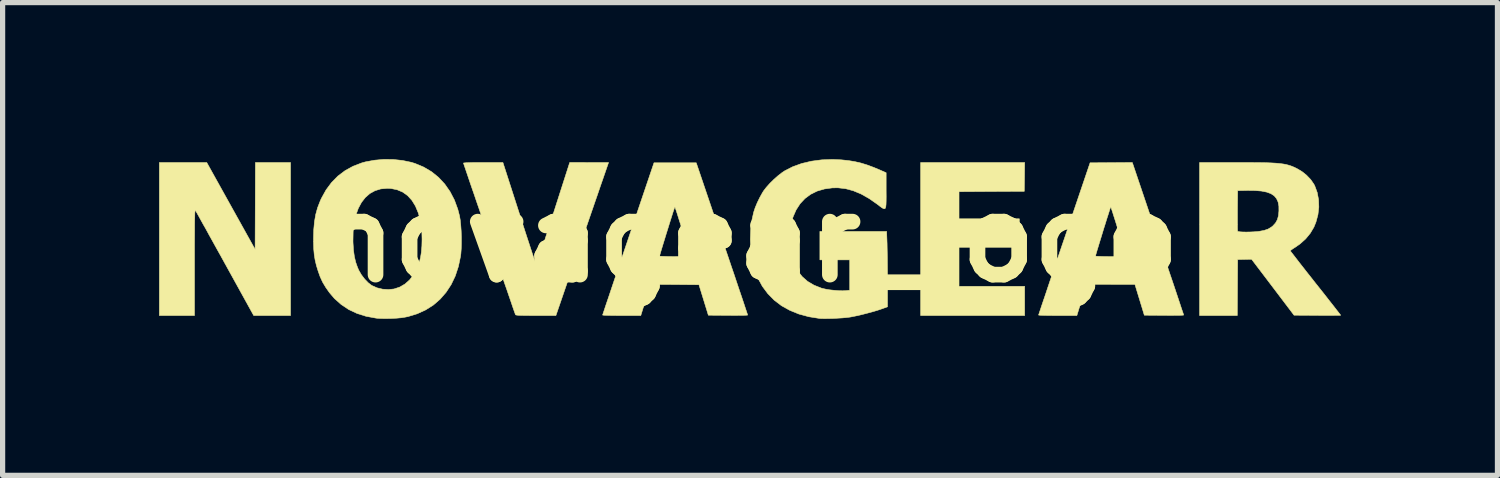
<source format=kicad_pcb>
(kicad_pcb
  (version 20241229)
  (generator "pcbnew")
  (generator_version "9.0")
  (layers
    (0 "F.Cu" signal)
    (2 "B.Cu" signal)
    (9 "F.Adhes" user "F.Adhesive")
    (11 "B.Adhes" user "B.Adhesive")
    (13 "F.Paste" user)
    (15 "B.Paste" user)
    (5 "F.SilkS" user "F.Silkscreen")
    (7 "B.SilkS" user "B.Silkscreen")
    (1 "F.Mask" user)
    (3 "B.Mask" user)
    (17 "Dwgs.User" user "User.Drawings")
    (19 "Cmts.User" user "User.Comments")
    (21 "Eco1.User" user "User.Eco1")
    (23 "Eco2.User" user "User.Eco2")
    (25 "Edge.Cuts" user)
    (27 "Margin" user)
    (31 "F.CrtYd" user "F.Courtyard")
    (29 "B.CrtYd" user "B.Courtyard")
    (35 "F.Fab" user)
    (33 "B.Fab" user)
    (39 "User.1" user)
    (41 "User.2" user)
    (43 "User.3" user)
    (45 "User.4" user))
  (footprint "novagear_logo"
    (layer "F.Cu")
    (at 11.333 1.525)
    (property "Reference" "novagear_logo" (at 0 0 0) (layer "F.SilkS") (effects (font (size 1.524 1.524) (thickness 0.3))))
    (attr through_hole)
    (fp_poly (pts (xy 5.255 -1.184) (xy 5.251 -0.908) (xy 4.626 -0.905) (xy 4 -0.901) (xy 4 -0.381) (xy 5.156 -0.381) (xy 5.156 0.165) (xy 4 0.165) (xy 4 0.914) (xy 5.258 0.914) (xy 5.258 1.473) (xy 3.264 1.473) (xy 3.264 -1.46) (xy 5.258 -1.46) (xy 5.255 -1.184)) (stroke (width 0.01) (type solid)) (fill yes) (layer "F.SilkS"))
    (fp_poly (pts (xy -8.814 1.473) (xy -9.52 1.473) (xy -10.072 0.474) (xy -10.153 0.327) (xy -10.232 0.186) (xy -10.306 0.052) (xy -10.375 -0.072) (xy -10.437 -0.186) (xy -10.494 -0.286) (xy -10.542 -0.373) (xy -10.581 -0.444) (xy -10.611 -0.497) (xy -10.631 -0.531) (xy -10.639 -0.545) (xy -10.642 -0.544) (xy -10.644 -0.532) (xy -10.647 -0.507) (xy -10.649 -0.469) (xy -10.65 -0.416) (xy -10.652 -0.346) (xy -10.653 -0.259) (xy -10.653 -0.153) (xy -10.654 -0.027) (xy -10.655 0.122) (xy -10.655 0.293) (xy -10.655 0.454) (xy -10.655 1.473) (xy -11.328 1.473) (xy -11.328 -1.46) (xy -10.42 -1.46) (xy -9.957 -0.628) (xy -9.493 0.205) (xy -9.49 -0.628) (xy -9.487 -1.46) (xy -8.814 -1.46) (xy -8.814 1.473)) (stroke (width 0.01) (type solid)) (fill yes) (layer "F.SilkS"))
    (fp_poly (pts (xy -3.09 -1.46) (xy -2.718 -1.46) (xy -2.813 -1.184) (xy -2.831 -1.132) (xy -2.857 -1.058) (xy -2.889 -0.965) (xy -2.927 -0.853) (xy -2.971 -0.727) (xy -3.019 -0.587) (xy -3.071 -0.436) (xy -3.126 -0.276) (xy -3.183 -0.109) (xy -3.242 0.062) (xy -3.302 0.236) (xy -3.318 0.282) (xy -3.727 1.473) (xy -4.112 1.473) (xy -4.227 1.473) (xy -4.318 1.472) (xy -4.389 1.471) (xy -4.44 1.469) (xy -4.475 1.466) (xy -4.495 1.462) (xy -4.502 1.457) (xy -4.515 1.421) (xy -4.535 1.365) (xy -4.561 1.29) (xy -4.592 1.198) (xy -4.629 1.091) (xy -4.67 0.971) (xy -4.716 0.84) (xy -4.764 0.699) (xy -4.815 0.55) (xy -4.868 0.395) (xy -4.923 0.236) (xy -4.979 0.074) (xy -5.034 -0.088) (xy -5.09 -0.249) (xy -5.144 -0.408) (xy -5.196 -0.562) (xy -5.247 -0.709) (xy -5.294 -0.848) (xy -5.339 -0.977) (xy -5.379 -1.094) (xy -5.414 -1.198) (xy -5.444 -1.286) (xy -5.468 -1.357) (xy -5.486 -1.409) (xy -5.496 -1.441) (xy -5.499 -1.45) (xy -5.487 -1.452) (xy -5.452 -1.455) (xy -5.399 -1.457) (xy -5.329 -1.459) (xy -5.247 -1.46) (xy -5.154 -1.46) (xy -5.121 -1.46) (xy -4.743 -1.46) (xy -4.426 -0.476) (xy -4.378 -0.324) (xy -4.331 -0.179) (xy -4.287 -0.044) (xy -4.246 0.081) (xy -4.209 0.194) (xy -4.177 0.292) (xy -4.149 0.374) (xy -4.128 0.438) (xy -4.112 0.482) (xy -4.104 0.505) (xy -4.102 0.508) (xy -4.097 0.496) (xy -4.085 0.462) (xy -4.067 0.407) (xy -4.042 0.334) (xy -4.012 0.243) (xy -3.977 0.137) (xy -3.938 0.018) (xy -3.896 -0.113) (xy -3.85 -0.254) (xy -3.802 -0.402) (xy -3.778 -0.476) (xy -3.462 -1.461) (xy -3.09 -1.46)) (stroke (width 0.01) (type solid)) (fill yes) (layer "F.SilkS"))
    (fp_poly (pts (xy -0.544 0) (xy -0.482 0.185) (xy -0.421 0.364) (xy -0.364 0.534) (xy -0.309 0.694) (xy -0.259 0.844) (xy -0.213 0.981) (xy -0.171 1.104) (xy -0.135 1.211) (xy -0.105 1.302) (xy -0.081 1.374) (xy -0.064 1.425) (xy -0.054 1.456) (xy -0.051 1.464) (xy -0.063 1.466) (xy -0.098 1.468) (xy -0.151 1.47) (xy -0.221 1.47) (xy -0.303 1.471) (xy -0.396 1.47) (xy -0.428 1.47) (xy -0.805 1.467) (xy -0.895 1.175) (xy -0.985 0.883) (xy -1.451 0.879) (xy -1.916 0.876) (xy -1.96 1.019) (xy -1.983 1.093) (xy -2.009 1.178) (xy -2.036 1.264) (xy -2.052 1.318) (xy -2.1 1.473) (xy -2.466 1.473) (xy -2.559 1.473) (xy -2.644 1.472) (xy -2.717 1.471) (xy -2.774 1.469) (xy -2.813 1.467) (xy -2.831 1.464) (xy -2.832 1.464) (xy -2.828 1.451) (xy -2.816 1.415) (xy -2.797 1.358) (xy -2.772 1.282) (xy -2.74 1.188) (xy -2.702 1.076) (xy -2.66 0.95) (xy -2.613 0.81) (xy -2.561 0.658) (xy -2.506 0.495) (xy -2.452 0.333) (xy -1.74 0.333) (xy -1.728 0.336) (xy -1.694 0.338) (xy -1.642 0.34) (xy -1.575 0.342) (xy -1.496 0.343) (xy -1.448 0.343) (xy -1.339 0.342) (xy -1.255 0.341) (xy -1.197 0.338) (xy -1.164 0.334) (xy -1.156 0.33) (xy -1.159 0.313) (xy -1.169 0.277) (xy -1.185 0.223) (xy -1.205 0.155) (xy -1.229 0.076) (xy -1.256 -0.011) (xy -1.284 -0.102) (xy -1.312 -0.194) (xy -1.341 -0.285) (xy -1.368 -0.37) (xy -1.392 -0.447) (xy -1.413 -0.513) (xy -1.43 -0.564) (xy -1.442 -0.597) (xy -1.447 -0.61) (xy -1.447 -0.61) (xy -1.452 -0.598) (xy -1.463 -0.565) (xy -1.48 -0.515) (xy -1.501 -0.449) (xy -1.525 -0.372) (xy -1.552 -0.287) (xy -1.58 -0.196) (xy -1.609 -0.104) (xy -1.637 -0.012) (xy -1.664 0.075) (xy -1.688 0.154) (xy -1.709 0.223) (xy -1.725 0.278) (xy -1.736 0.316) (xy -1.74 0.333) (xy -1.74 0.333) (xy -2.452 0.333) (xy -2.448 0.322) (xy -2.387 0.142) (xy -2.339 0) (xy -1.847 -1.454) (xy -1.037 -1.454) (xy -0.544 0)) (stroke (width 0.01) (type solid)) (fill yes) (layer "F.SilkS"))
    (fp_poly (pts (xy 7.814 -0.003) (xy 7.876 0.182) (xy 7.937 0.361) (xy 7.994 0.531) (xy 8.048 0.692) (xy 8.099 0.842) (xy 8.145 0.979) (xy 8.186 1.102) (xy 8.222 1.21) (xy 8.252 1.301) (xy 8.276 1.373) (xy 8.294 1.425) (xy 8.304 1.456) (xy 8.306 1.464) (xy 8.294 1.466) (xy 8.259 1.468) (xy 8.206 1.47) (xy 8.136 1.47) (xy 8.053 1.471) (xy 7.961 1.47) (xy 7.929 1.47) (xy 7.552 1.467) (xy 7.372 0.877) (xy 6.908 0.876) (xy 6.443 0.876) (xy 6.391 1.045) (xy 6.368 1.121) (xy 6.342 1.204) (xy 6.318 1.283) (xy 6.299 1.343) (xy 6.259 1.473) (xy 5.892 1.473) (xy 5.798 1.473) (xy 5.713 1.472) (xy 5.641 1.471) (xy 5.583 1.469) (xy 5.544 1.467) (xy 5.526 1.464) (xy 5.525 1.464) (xy 5.529 1.451) (xy 5.541 1.415) (xy 5.56 1.358) (xy 5.585 1.282) (xy 5.617 1.188) (xy 5.655 1.077) (xy 5.697 0.95) (xy 5.744 0.81) (xy 5.796 0.658) (xy 5.851 0.495) (xy 5.906 0.333) (xy 6.616 0.333) (xy 6.628 0.336) (xy 6.663 0.338) (xy 6.715 0.34) (xy 6.782 0.342) (xy 6.86 0.343) (xy 6.909 0.343) (xy 6.992 0.343) (xy 7.066 0.341) (xy 7.127 0.34) (xy 7.172 0.338) (xy 7.197 0.335) (xy 7.201 0.333) (xy 7.198 0.318) (xy 7.187 0.282) (xy 7.172 0.229) (xy 7.151 0.161) (xy 7.128 0.083) (xy 7.101 -0.004) (xy 7.073 -0.095) (xy 7.044 -0.187) (xy 7.016 -0.278) (xy 6.989 -0.364) (xy 6.964 -0.442) (xy 6.943 -0.509) (xy 6.926 -0.561) (xy 6.914 -0.596) (xy 6.909 -0.609) (xy 6.908 -0.61) (xy 6.904 -0.598) (xy 6.892 -0.565) (xy 6.876 -0.515) (xy 6.855 -0.449) (xy 6.83 -0.372) (xy 6.804 -0.287) (xy 6.775 -0.196) (xy 6.747 -0.104) (xy 6.719 -0.012) (xy 6.692 0.075) (xy 6.668 0.154) (xy 6.647 0.223) (xy 6.631 0.278) (xy 6.62 0.315) (xy 6.616 0.333) (xy 6.616 0.333) (xy 5.906 0.333) (xy 5.909 0.323) (xy 5.97 0.143) (xy 6.019 0) (xy 6.512 -1.454) (xy 7.322 -1.46) (xy 7.814 -0.003)) (stroke (width 0.01) (type solid)) (fill yes) (layer "F.SilkS"))
    (fp_poly (pts (xy 9.3 -1.46) (xy 9.48 -1.46) (xy 9.636 -1.459) (xy 9.772 -1.458) (xy 9.889 -1.456) (xy 9.989 -1.452) (xy 10.075 -1.447) (xy 10.149 -1.44) (xy 10.212 -1.432) (xy 10.268 -1.422) (xy 10.317 -1.409) (xy 10.364 -1.394) (xy 10.409 -1.376) (xy 10.454 -1.355) (xy 10.477 -1.344) (xy 10.573 -1.287) (xy 10.663 -1.215) (xy 10.742 -1.132) (xy 10.802 -1.045) (xy 10.819 -1.013) (xy 10.866 -0.885) (xy 10.892 -0.747) (xy 10.897 -0.604) (xy 10.88 -0.46) (xy 10.842 -0.318) (xy 10.802 -0.22) (xy 10.733 -0.104) (xy 10.644 0.004) (xy 10.537 0.1) (xy 10.453 0.159) (xy 10.409 0.187) (xy 10.374 0.211) (xy 10.354 0.228) (xy 10.351 0.232) (xy 10.358 0.244) (xy 10.38 0.273) (xy 10.416 0.319) (xy 10.463 0.38) (xy 10.52 0.454) (xy 10.586 0.538) (xy 10.66 0.633) (xy 10.741 0.735) (xy 10.826 0.843) (xy 10.833 0.852) (xy 10.919 0.96) (xy 11 1.062) (xy 11.074 1.157) (xy 11.141 1.242) (xy 11.199 1.316) (xy 11.247 1.378) (xy 11.283 1.424) (xy 11.307 1.455) (xy 11.316 1.467) (xy 11.316 1.467) (xy 11.303 1.469) (xy 11.269 1.47) (xy 11.214 1.47) (xy 11.143 1.471) (xy 11.058 1.471) (xy 10.962 1.471) (xy 10.869 1.47) (xy 10.422 1.467) (xy 10.015 0.93) (xy 9.608 0.394) (xy 9.341 0.4) (xy 9.334 1.473) (xy 8.611 1.473) (xy 8.611 -0.355) (xy 9.337 -0.355) (xy 9.337 -0.278) (xy 9.337 -0.215) (xy 9.338 -0.17) (xy 9.34 -0.146) (xy 9.34 -0.143) (xy 9.355 -0.136) (xy 9.391 -0.131) (xy 9.442 -0.128) (xy 9.505 -0.127) (xy 9.574 -0.128) (xy 9.645 -0.131) (xy 9.714 -0.136) (xy 9.751 -0.14) (xy 9.847 -0.158) (xy 9.924 -0.184) (xy 9.989 -0.223) (xy 10.017 -0.246) (xy 10.067 -0.301) (xy 10.102 -0.364) (xy 10.123 -0.44) (xy 10.132 -0.531) (xy 10.131 -0.624) (xy 10.116 -0.703) (xy 10.086 -0.769) (xy 10.041 -0.822) (xy 9.979 -0.863) (xy 9.897 -0.893) (xy 9.796 -0.913) (xy 9.674 -0.923) (xy 9.529 -0.925) (xy 9.493 -0.924) (xy 9.341 -0.921) (xy 9.337 -0.54) (xy 9.337 -0.444) (xy 9.337 -0.355) (xy 8.611 -0.355) (xy 8.611 -1.46) (xy 9.3 -1.46)) (stroke (width 0.01) (type solid)) (fill yes) (layer "F.SilkS"))
    (fp_poly (pts (xy -6.844 -1.518) (xy -6.667 -1.499) (xy -6.5 -1.464) (xy -6.428 -1.442) (xy -6.263 -1.373) (xy -6.112 -1.284) (xy -5.977 -1.175) (xy -5.858 -1.047) (xy -5.757 -0.903) (xy -5.673 -0.742) (xy -5.608 -0.565) (xy -5.575 -0.438) (xy -5.561 -0.358) (xy -5.551 -0.259) (xy -5.543 -0.147) (xy -5.539 -0.03) (xy -5.539 0.086) (xy -5.542 0.195) (xy -5.549 0.29) (xy -5.555 0.337) (xy -5.596 0.533) (xy -5.656 0.715) (xy -5.735 0.88) (xy -5.832 1.028) (xy -5.946 1.159) (xy -6.076 1.272) (xy -6.223 1.365) (xy -6.385 1.439) (xy -6.561 1.493) (xy -6.622 1.505) (xy -6.692 1.516) (xy -6.78 1.524) (xy -6.878 1.529) (xy -6.977 1.531) (xy -7.071 1.53) (xy -7.15 1.526) (xy -7.175 1.523) (xy -7.365 1.488) (xy -7.54 1.433) (xy -7.699 1.358) (xy -7.843 1.262) (xy -7.972 1.147) (xy -8.067 1.036) (xy -8.14 0.932) (xy -8.199 0.833) (xy -8.247 0.728) (xy -8.285 0.621) (xy -8.318 0.514) (xy -8.342 0.413) (xy -8.359 0.311) (xy -8.369 0.201) (xy -8.373 0.077) (xy -8.373 0.05) (xy -7.617 0.05) (xy -7.616 0.083) (xy -7.607 0.223) (xy -7.59 0.344) (xy -7.565 0.451) (xy -7.53 0.55) (xy -7.506 0.605) (xy -7.456 0.692) (xy -7.394 0.773) (xy -7.327 0.843) (xy -7.259 0.896) (xy -7.253 0.899) (xy -7.157 0.942) (xy -7.049 0.968) (xy -6.937 0.975) (xy -6.83 0.964) (xy -6.721 0.928) (xy -6.621 0.87) (xy -6.532 0.791) (xy -6.455 0.693) (xy -6.392 0.577) (xy -6.343 0.445) (xy -6.322 0.362) (xy -6.306 0.259) (xy -6.296 0.14) (xy -6.293 0.012) (xy -6.296 -0.116) (xy -6.306 -0.236) (xy -6.323 -0.339) (xy -6.323 -0.342) (xy -6.365 -0.494) (xy -6.42 -0.626) (xy -6.488 -0.736) (xy -6.569 -0.825) (xy -6.664 -0.893) (xy -6.771 -0.938) (xy -6.89 -0.962) (xy -6.961 -0.965) (xy -7.083 -0.954) (xy -7.194 -0.92) (xy -7.293 -0.866) (xy -7.38 -0.79) (xy -7.454 -0.695) (xy -7.515 -0.581) (xy -7.563 -0.448) (xy -7.596 -0.299) (xy -7.614 -0.132) (xy -7.617 0.05) (xy -8.373 0.05) (xy -8.374 0) (xy -8.369 -0.172) (xy -8.355 -0.325) (xy -8.331 -0.464) (xy -8.295 -0.594) (xy -8.246 -0.72) (xy -8.224 -0.77) (xy -8.134 -0.933) (xy -8.028 -1.076) (xy -7.905 -1.201) (xy -7.767 -1.305) (xy -7.614 -1.389) (xy -7.447 -1.453) (xy -7.378 -1.472) (xy -7.205 -1.504) (xy -7.025 -1.52) (xy -6.844 -1.518)) (stroke (width 0.01) (type solid)) (fill yes) (layer "F.SilkS"))
    (fp_poly (pts (xy 1.746 -1.511) (xy 1.879 -1.497) (xy 2.001 -1.477) (xy 2.119 -1.45) (xy 2.239 -1.413) (xy 2.368 -1.365) (xy 2.48 -1.318) (xy 2.603 -1.264) (xy 2.603 -0.918) (xy 2.604 -0.807) (xy 2.603 -0.721) (xy 2.601 -0.656) (xy 2.596 -0.61) (xy 2.587 -0.583) (xy 2.572 -0.573) (xy 2.551 -0.577) (xy 2.522 -0.593) (xy 2.484 -0.621) (xy 2.436 -0.658) (xy 2.434 -0.66) (xy 2.276 -0.77) (xy 2.124 -0.856) (xy 1.975 -0.918) (xy 1.828 -0.958) (xy 1.682 -0.975) (xy 1.574 -0.974) (xy 1.42 -0.953) (xy 1.28 -0.912) (xy 1.155 -0.85) (xy 1.046 -0.769) (xy 0.953 -0.669) (xy 0.877 -0.551) (xy 0.818 -0.416) (xy 0.777 -0.263) (xy 0.756 -0.108) (xy 0.753 -0.027) (xy 0.757 0.068) (xy 0.765 0.169) (xy 0.778 0.266) (xy 0.794 0.349) (xy 0.795 0.354) (xy 0.842 0.495) (xy 0.908 0.619) (xy 0.993 0.727) (xy 1.096 0.818) (xy 1.219 0.891) (xy 1.359 0.947) (xy 1.384 0.954) (xy 1.446 0.968) (xy 1.523 0.981) (xy 1.609 0.99) (xy 1.694 0.997) (xy 1.77 0.999) (xy 1.83 0.996) (xy 1.832 0.996) (xy 1.905 0.988) (xy 1.905 0.406) (xy 1.333 0.406) (xy 1.333 -0.14) (xy 1.973 -0.14) (xy 2.612 -0.14) (xy 2.621 0.098) (xy 2.622 0.168) (xy 2.624 0.259) (xy 2.626 0.365) (xy 2.627 0.482) (xy 2.628 0.604) (xy 2.629 0.728) (xy 2.629 0.821) (xy 2.629 1.306) (xy 2.518 1.346) (xy 2.435 1.374) (xy 2.336 1.403) (xy 2.228 1.432) (xy 2.118 1.46) (xy 2.014 1.483) (xy 1.924 1.501) (xy 1.898 1.505) (xy 1.839 1.512) (xy 1.764 1.519) (xy 1.679 1.524) (xy 1.59 1.529) (xy 1.504 1.531) (xy 1.425 1.532) (xy 1.362 1.531) (xy 1.327 1.529) (xy 1.12 1.496) (xy 0.929 1.444) (xy 0.755 1.373) (xy 0.597 1.285) (xy 0.457 1.178) (xy 0.335 1.054) (xy 0.23 0.913) (xy 0.145 0.756) (xy 0.079 0.582) (xy 0.071 0.555) (xy 0.032 0.385) (xy 0.008 0.202) (xy -0.000152 0.013) (xy 0.007 -0.175) (xy 0.03 -0.356) (xy 0.064 -0.508) (xy 0.093 -0.595) (xy 0.134 -0.693) (xy 0.182 -0.791) (xy 0.232 -0.881) (xy 0.254 -0.916) (xy 0.306 -0.984) (xy 0.373 -1.059) (xy 0.45 -1.135) (xy 0.529 -1.205) (xy 0.606 -1.265) (xy 0.658 -1.3) (xy 0.813 -1.379) (xy 0.984 -1.441) (xy 1.17 -1.485) (xy 1.367 -1.511) (xy 1.574 -1.519) (xy 1.746 -1.511)) (stroke (width 0.01) (type solid)) (fill yes) (layer "F.SilkS")))
  (gr_rect
    (start -3 -3)
    (end 25.654 6.062)
    (stroke (width 0.1) (type default))
    (fill no)
    (layer "Edge.Cuts")))
</source>
